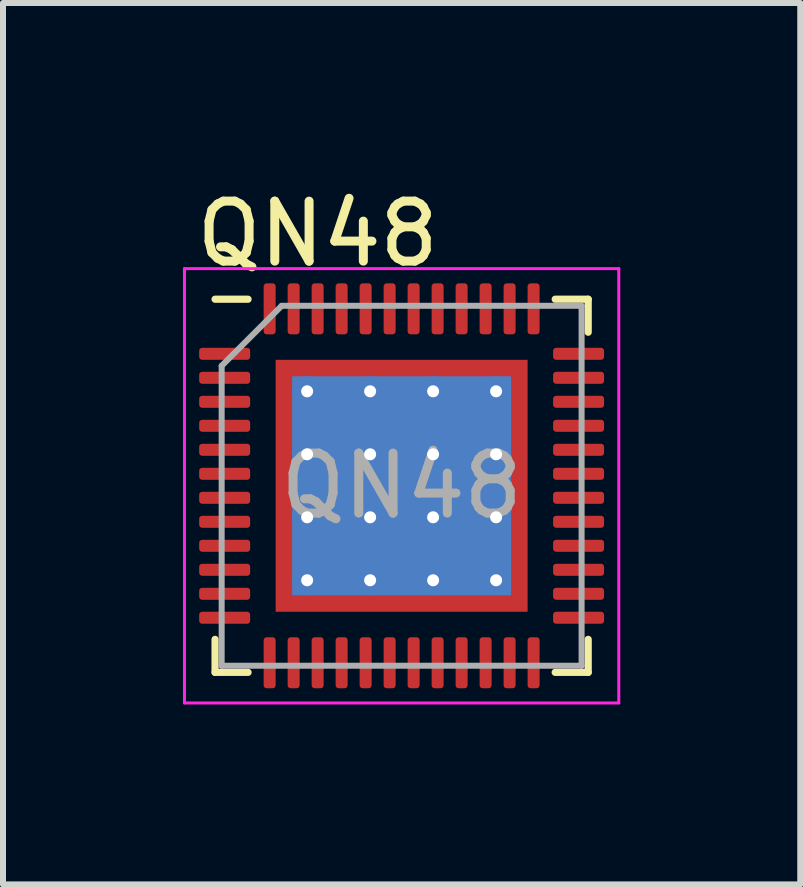
<source format=kicad_pcb>
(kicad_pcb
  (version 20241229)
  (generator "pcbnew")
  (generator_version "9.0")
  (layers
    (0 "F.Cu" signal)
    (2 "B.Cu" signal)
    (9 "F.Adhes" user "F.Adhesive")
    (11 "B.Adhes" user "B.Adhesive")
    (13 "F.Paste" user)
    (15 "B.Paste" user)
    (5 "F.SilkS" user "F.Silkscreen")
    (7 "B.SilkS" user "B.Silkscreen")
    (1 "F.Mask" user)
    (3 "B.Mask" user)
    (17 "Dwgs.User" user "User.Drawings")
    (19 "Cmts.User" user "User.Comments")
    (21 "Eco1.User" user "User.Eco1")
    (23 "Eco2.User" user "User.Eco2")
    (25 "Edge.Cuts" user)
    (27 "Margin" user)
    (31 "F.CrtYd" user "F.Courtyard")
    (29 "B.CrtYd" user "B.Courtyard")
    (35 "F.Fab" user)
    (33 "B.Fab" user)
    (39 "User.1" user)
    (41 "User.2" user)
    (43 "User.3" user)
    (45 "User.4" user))
  (footprint "QN48"
    (layer "F.Cu")
    (at 3.545 5.448)
    (property "Reference" "QN48" (at -1.3 -4.6 0) (layer "F.SilkS") (effects (font (size 1 1) (thickness 0.15))))
    (attr through_hole)
    (fp_line (start -3.01 2.71) (end -3.01 2.16) (stroke (width 0.12) (type solid)) (layer "F.SilkS"))
    (fp_line (start -2.46 -3.51) (end -3.01 -3.51) (stroke (width 0.12) (type solid)) (layer "F.SilkS"))
    (fp_line (start -2.46 2.71) (end -3.01 2.71) (stroke (width 0.12) (type solid)) (layer "F.SilkS"))
    (fp_line (start 2.66 -3.51) (end 3.21 -3.51) (stroke (width 0.12) (type solid)) (layer "F.SilkS"))
    (fp_line (start 2.66 2.71) (end 3.21 2.71) (stroke (width 0.12) (type solid)) (layer "F.SilkS"))
    (fp_line (start 3.21 -3.51) (end 3.21 -2.96) (stroke (width 0.12) (type solid)) (layer "F.SilkS"))
    (fp_line (start 3.21 2.71) (end 3.21 2.16) (stroke (width 0.12) (type solid)) (layer "F.SilkS"))
    (fp_line (start -3.52 -4.02) (end -3.52 3.22) (stroke (width 0.05) (type solid)) (layer "F.CrtYd"))
    (fp_line (start -3.52 3.22) (end 3.72 3.22) (stroke (width 0.05) (type solid)) (layer "F.CrtYd"))
    (fp_line (start 3.72 -4.02) (end -3.52 -4.02) (stroke (width 0.05) (type solid)) (layer "F.CrtYd"))
    (fp_line (start 3.72 3.22) (end 3.72 -4.02) (stroke (width 0.05) (type solid)) (layer "F.CrtYd"))
    (fp_line (start -2.9 -2.4) (end -1.9 -3.4) (stroke (width 0.1) (type solid)) (layer "F.Fab"))
    (fp_line (start -2.9 2.6) (end -2.9 -2.4) (stroke (width 0.1) (type solid)) (layer "F.Fab"))
    (fp_line (start -1.9 -3.4) (end 3.1 -3.4) (stroke (width 0.1) (type solid)) (layer "F.Fab"))
    (fp_line (start 3.1 -3.4) (end 3.1 2.6) (stroke (width 0.1) (type solid)) (layer "F.Fab"))
    (fp_line (start 3.1 2.6) (end -2.9 2.6) (stroke (width 0.1) (type solid)) (layer "F.Fab"))
    (fp_text user "${REFERENCE}" (at 0.1 -0.4 0) (layer "F.Fab") (effects (font (size 1 1) (thickness 0.15))))
    (pad "1" smd roundrect (at -2.85 -2.6) (size 0.85 0.2) (layers "F.Cu" "F.Mask" "F.Paste") (roundrect_rratio 0.25))
    (pad "2" smd roundrect (at -2.85 -2.2) (size 0.85 0.2) (layers "F.Cu" "F.Mask" "F.Paste") (roundrect_rratio 0.25))
    (pad "3" smd roundrect (at -2.85 -1.8) (size 0.85 0.2) (layers "F.Cu" "F.Mask" "F.Paste") (roundrect_rratio 0.25))
    (pad "4" smd roundrect (at -2.85 -1.4) (size 0.85 0.2) (layers "F.Cu" "F.Mask" "F.Paste") (roundrect_rratio 0.25))
    (pad "5" smd roundrect (at -2.85 -1) (size 0.85 0.2) (layers "F.Cu" "F.Mask" "F.Paste") (roundrect_rratio 0.25))
    (pad "6" smd roundrect (at -2.85 -0.6) (size 0.85 0.2) (layers "F.Cu" "F.Mask" "F.Paste") (roundrect_rratio 0.25))
    (pad "7" smd roundrect (at -2.85 -0.2) (size 0.85 0.2) (layers "F.Cu" "F.Mask" "F.Paste") (roundrect_rratio 0.25))
    (pad "8" smd roundrect (at -2.85 0.2) (size 0.85 0.2) (layers "F.Cu" "F.Mask" "F.Paste") (roundrect_rratio 0.25))
    (pad "9" smd roundrect (at -2.85 0.6) (size 0.85 0.2) (layers "F.Cu" "F.Mask" "F.Paste") (roundrect_rratio 0.25))
    (pad "10" smd roundrect (at -2.85 1) (size 0.85 0.2) (layers "F.Cu" "F.Mask" "F.Paste") (roundrect_rratio 0.25))
    (pad "11" smd roundrect (at -2.85 1.4) (size 0.85 0.2) (layers "F.Cu" "F.Mask" "F.Paste") (roundrect_rratio 0.25))
    (pad "12" smd roundrect (at -2.85 1.8) (size 0.85 0.2) (layers "F.Cu" "F.Mask" "F.Paste") (roundrect_rratio 0.25))
    (pad "13" smd roundrect (at -2.1 2.55) (size 0.2 0.85) (layers "F.Cu" "F.Mask" "F.Paste") (roundrect_rratio 0.25))
    (pad "14" smd roundrect (at -1.7 2.55) (size 0.2 0.85) (layers "F.Cu" "F.Mask" "F.Paste") (roundrect_rratio 0.25))
    (pad "15" smd roundrect (at -1.3 2.55) (size 0.2 0.85) (layers "F.Cu" "F.Mask" "F.Paste") (roundrect_rratio 0.25))
    (pad "16" smd roundrect (at -0.9 2.55) (size 0.2 0.85) (layers "F.Cu" "F.Mask" "F.Paste") (roundrect_rratio 0.25))
    (pad "17" smd roundrect (at -0.5 2.55) (size 0.2 0.85) (layers "F.Cu" "F.Mask" "F.Paste") (roundrect_rratio 0.25))
    (pad "18" smd roundrect (at -0.1 2.55) (size 0.2 0.85) (layers "F.Cu" "F.Mask" "F.Paste") (roundrect_rratio 0.25))
    (pad "19" smd roundrect (at 0.3 2.55) (size 0.2 0.85) (layers "F.Cu" "F.Mask" "F.Paste") (roundrect_rratio 0.25))
    (pad "20" smd roundrect (at 0.7 2.55) (size 0.2 0.85) (layers "F.Cu" "F.Mask" "F.Paste") (roundrect_rratio 0.25))
    (pad "21" smd roundrect (at 1.1 2.55) (size 0.2 0.85) (layers "F.Cu" "F.Mask" "F.Paste") (roundrect_rratio 0.25))
    (pad "22" smd roundrect (at 1.5 2.55) (size 0.2 0.85) (layers "F.Cu" "F.Mask" "F.Paste") (roundrect_rratio 0.25))
    (pad "23" smd roundrect (at 1.9 2.55) (size 0.2 0.85) (layers "F.Cu" "F.Mask" "F.Paste") (roundrect_rratio 0.25))
    (pad "24" smd roundrect (at 2.3 2.55) (size 0.2 0.85) (layers "F.Cu" "F.Mask" "F.Paste") (roundrect_rratio 0.25))
    (pad "25" smd roundrect (at 3.05 1.8) (size 0.85 0.2) (layers "F.Cu" "F.Mask" "F.Paste") (roundrect_rratio 0.25))
    (pad "26" smd roundrect (at 3.05 1.4) (size 0.85 0.2) (layers "F.Cu" "F.Mask" "F.Paste") (roundrect_rratio 0.25))
    (pad "27" smd roundrect (at 3.05 1) (size 0.85 0.2) (layers "F.Cu" "F.Mask" "F.Paste") (roundrect_rratio 0.25))
    (pad "28" smd roundrect (at 3.05 0.6) (size 0.85 0.2) (layers "F.Cu" "F.Mask" "F.Paste") (roundrect_rratio 0.25))
    (pad "29" smd roundrect (at 3.05 0.2) (size 0.85 0.2) (layers "F.Cu" "F.Mask" "F.Paste") (roundrect_rratio 0.25))
    (pad "30" smd roundrect (at 3.05 -0.2) (size 0.85 0.2) (layers "F.Cu" "F.Mask" "F.Paste") (roundrect_rratio 0.25))
    (pad "31" smd roundrect (at 3.05 -0.6) (size 0.85 0.2) (layers "F.Cu" "F.Mask" "F.Paste") (roundrect_rratio 0.25))
    (pad "32" smd roundrect (at 3.05 -1) (size 0.85 0.2) (layers "F.Cu" "F.Mask" "F.Paste") (roundrect_rratio 0.25))
    (pad "33" smd roundrect (at 3.05 -1.4) (size 0.85 0.2) (layers "F.Cu" "F.Mask" "F.Paste") (roundrect_rratio 0.25))
    (pad "34" smd roundrect (at 3.05 -1.8) (size 0.85 0.2) (layers "F.Cu" "F.Mask" "F.Paste") (roundrect_rratio 0.25))
    (pad "35" smd roundrect (at 3.05 -2.2) (size 0.85 0.2) (layers "F.Cu" "F.Mask" "F.Paste") (roundrect_rratio 0.25))
    (pad "36" smd roundrect (at 3.05 -2.6) (size 0.85 0.2) (layers "F.Cu" "F.Mask" "F.Paste") (roundrect_rratio 0.25))
    (pad "37" smd roundrect (at 2.3 -3.35) (size 0.2 0.85) (layers "F.Cu" "F.Mask" "F.Paste") (roundrect_rratio 0.25))
    (pad "38" smd roundrect (at 1.9 -3.35) (size 0.2 0.85) (layers "F.Cu" "F.Mask" "F.Paste") (roundrect_rratio 0.25))
    (pad "39" smd roundrect (at 1.5 -3.35) (size 0.2 0.85) (layers "F.Cu" "F.Mask" "F.Paste") (roundrect_rratio 0.25))
    (pad "40" smd roundrect (at 1.1 -3.35) (size 0.2 0.85) (layers "F.Cu" "F.Mask" "F.Paste") (roundrect_rratio 0.25))
    (pad "41" smd roundrect (at 0.7 -3.35) (size 0.2 0.85) (layers "F.Cu" "F.Mask" "F.Paste") (roundrect_rratio 0.25))
    (pad "42" smd roundrect (at 0.3 -3.35) (size 0.2 0.85) (layers "F.Cu" "F.Mask" "F.Paste") (roundrect_rratio 0.25))
    (pad "43" smd roundrect (at -0.1 -3.35) (size 0.2 0.85) (layers "F.Cu" "F.Mask" "F.Paste") (roundrect_rratio 0.25))
    (pad "44" smd roundrect (at -0.5 -3.35) (size 0.2 0.85) (layers "F.Cu" "F.Mask" "F.Paste") (roundrect_rratio 0.25))
    (pad "45" smd roundrect (at -0.9 -3.35) (size 0.2 0.85) (layers "F.Cu" "F.Mask" "F.Paste") (roundrect_rratio 0.25))
    (pad "46" smd roundrect (at -1.3 -3.35) (size 0.2 0.85) (layers "F.Cu" "F.Mask" "F.Paste") (roundrect_rratio 0.25))
    (pad "47" smd roundrect (at -1.7 -3.35) (size 0.2 0.85) (layers "F.Cu" "F.Mask" "F.Paste") (roundrect_rratio 0.25))
    (pad "48" smd roundrect (at -2.1 -3.35) (size 0.2 0.85) (layers "F.Cu" "F.Mask" "F.Paste") (roundrect_rratio 0.25))
    (pad "49" thru_hole circle (at -1.475 -1.975) (size 0.5 0.5) (drill 0.2) (layers "*.Cu"))
    (pad "49" thru_hole circle (at -1.475 -0.925) (size 0.5 0.5) (drill 0.2) (layers "*.Cu"))
    (pad "49" thru_hole circle (at -1.475 0.125) (size 0.5 0.5) (drill 0.2) (layers "*.Cu"))
    (pad "49" thru_hole circle (at -1.475 1.175) (size 0.5 0.5) (drill 0.2) (layers "*.Cu"))
    (pad "49" thru_hole circle (at -0.425 -1.975) (size 0.5 0.5) (drill 0.2) (layers "*.Cu"))
    (pad "49" thru_hole circle (at -0.425 -0.925) (size 0.5 0.5) (drill 0.2) (layers "*.Cu"))
    (pad "49" thru_hole circle (at -0.425 0.125) (size 0.5 0.5) (drill 0.2) (layers "*.Cu"))
    (pad "49" thru_hole circle (at -0.425 1.175) (size 0.5 0.5) (drill 0.2) (layers "*.Cu"))
    (pad "49" smd rect (at 0.1 -0.4) (size 3.65 3.65) (layers "B.Cu"))
    (pad "49" smd rect (at 0.1 -0.4) (size 4.2 4.2) (layers "F.Cu" "F.Mask"))
    (pad "49" thru_hole circle (at 0.625 -1.975) (size 0.5 0.5) (drill 0.2) (layers "*.Cu"))
    (pad "49" thru_hole circle (at 0.625 -0.925) (size 0.5 0.5) (drill 0.2) (layers "*.Cu"))
    (pad "49" thru_hole circle (at 0.625 0.125) (size 0.5 0.5) (drill 0.2) (layers "*.Cu"))
    (pad "49" thru_hole circle (at 0.625 1.175) (size 0.5 0.5) (drill 0.2) (layers "*.Cu"))
    (pad "49" thru_hole circle (at 1.675 -1.975) (size 0.5 0.5) (drill 0.2) (layers "*.Cu"))
    (pad "49" thru_hole circle (at 1.675 -0.925) (size 0.5 0.5) (drill 0.2) (layers "*.Cu"))
    (pad "49" thru_hole circle (at 1.675 0.125) (size 0.5 0.5) (drill 0.2) (layers "*.Cu"))
    (pad "49" thru_hole circle (at 1.675 1.175) (size 0.5 0.5) (drill 0.2) (layers "*.Cu")))
  (gr_rect
    (start -3 -3)
    (end 10.29 11.693)
    (stroke (width 0.1) (type default))
    (fill no)
    (layer "Edge.Cuts")))
</source>
